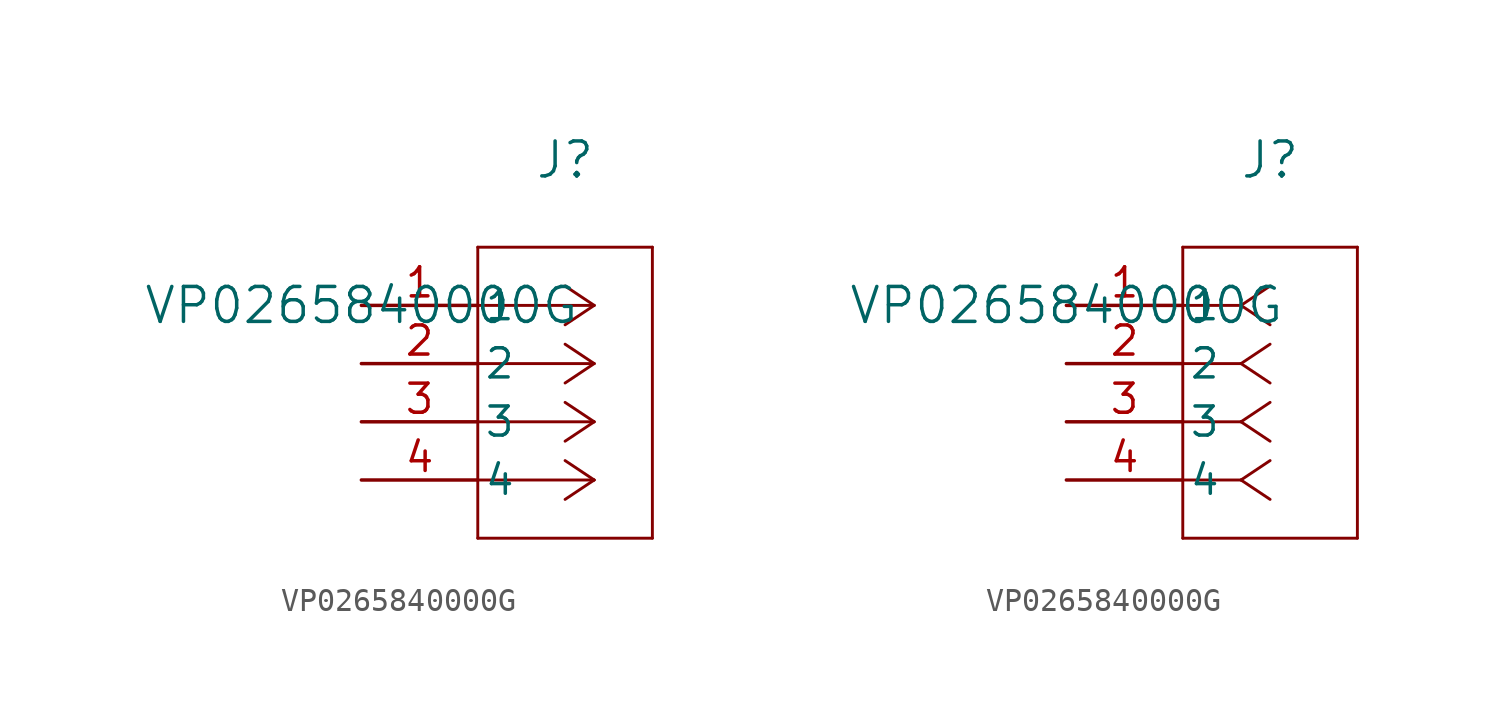
<source format=kicad_sym>
(kicad_symbol_lib
  (version 20211014)
  (generator kicad_symbol_editor)
  (symbol "VP0265840000G"
    (pin_names
      (offset 0.254))
    (property "Reference" "J"
      (at 8.89 6.35 0)
      (effects (font (size 1.524 1.524))))
    (property "Value" "VP0265840000G"
      (at 0 0 0)
      (effects (font (size 1.524 1.524))))
    (symbol "VP0265840000G_1_1"
      (polyline (pts (xy 10.16 0) (xy 5.08 0)) (stroke (width 0.127) (type default) (color 0 0 0 0)) (fill (type none)))
      (polyline (pts (xy 10.16 -2.54) (xy 5.08 -2.54)) (stroke (width 0.127) (type default) (color 0 0 0 0)) (fill (type none)))
      (polyline (pts (xy 10.16 -5.08) (xy 5.08 -5.08)) (stroke (width 0.127) (type default) (color 0 0 0 0)) (fill (type none)))
      (polyline (pts (xy 10.16 -7.62) (xy 5.08 -7.62)) (stroke (width 0.127) (type default) (color 0 0 0 0)) (fill (type none)))
      (polyline (pts (xy 10.16 0) (xy 8.89 0.847)) (stroke (width 0.127) (type default) (color 0 0 0 0)) (fill (type none)))
      (polyline (pts (xy 10.16 -2.54) (xy 8.89 -1.693)) (stroke (width 0.127) (type default) (color 0 0 0 0)) (fill (type none)))
      (polyline (pts (xy 10.16 -5.08) (xy 8.89 -4.233)) (stroke (width 0.127) (type default) (color 0 0 0 0)) (fill (type none)))
      (polyline (pts (xy 10.16 -7.62) (xy 8.89 -6.773)) (stroke (width 0.127) (type default) (color 0 0 0 0)) (fill (type none)))
      (polyline (pts (xy 10.16 0) (xy 8.89 -0.847)) (stroke (width 0.127) (type default) (color 0 0 0 0)) (fill (type none)))
      (polyline (pts (xy 10.16 -2.54) (xy 8.89 -3.387)) (stroke (width 0.127) (type default) (color 0 0 0 0)) (fill (type none)))
      (polyline (pts (xy 10.16 -5.08) (xy 8.89 -5.927)) (stroke (width 0.127) (type default) (color 0 0 0 0)) (fill (type none)))
      (polyline (pts (xy 10.16 -7.62) (xy 8.89 -8.467)) (stroke (width 0.127) (type default) (color 0 0 0 0)) (fill (type none)))
      (polyline (pts (xy 5.08 2.54) (xy 5.08 -10.16)) (stroke (width 0.127) (type default) (color 0 0 0 0)) (fill (type none)))
      (polyline (pts (xy 5.08 -10.16) (xy 12.7 -10.16)) (stroke (width 0.127) (type default) (color 0 0 0 0)) (fill (type none)))
      (polyline (pts (xy 12.7 -10.16) (xy 12.7 2.54)) (stroke (width 0.127) (type default) (color 0 0 0 0)) (fill (type none)))
      (polyline (pts (xy 12.7 2.54) (xy 5.08 2.54)) (stroke (width 0.127) (type default) (color 0 0 0 0)) (fill (type none)))
      (pin unspecified line (at 0 0 0) (length 5.08) (name "1" (effects (font (size 1.27 1.27)))) (number "1" (effects (font (size 1.27 1.27)))))
      (pin unspecified line (at 0 -2.54 0) (length 5.08) (name "2" (effects (font (size 1.27 1.27)))) (number "2" (effects (font (size 1.27 1.27)))))
      (pin unspecified line (at 0 -5.08 0) (length 5.08) (name "3" (effects (font (size 1.27 1.27)))) (number "3" (effects (font (size 1.27 1.27)))))
      (pin unspecified line (at 0 -7.62 0) (length 5.08) (name "4" (effects (font (size 1.27 1.27)))) (number "4" (effects (font (size 1.27 1.27))))))
    (symbol "VP0265840000G_1_2"
      (polyline (pts (xy 7.62 0) (xy 5.08 0)) (stroke (width 0.127) (type default) (color 0 0 0 0)) (fill (type none)))
      (polyline (pts (xy 7.62 -2.54) (xy 5.08 -2.54)) (stroke (width 0.127) (type default) (color 0 0 0 0)) (fill (type none)))
      (polyline (pts (xy 7.62 -5.08) (xy 5.08 -5.08)) (stroke (width 0.127) (type default) (color 0 0 0 0)) (fill (type none)))
      (polyline (pts (xy 7.62 -7.62) (xy 5.08 -7.62)) (stroke (width 0.127) (type default) (color 0 0 0 0)) (fill (type none)))
      (polyline (pts (xy 7.62 0) (xy 8.89 0.847)) (stroke (width 0.127) (type default) (color 0 0 0 0)) (fill (type none)))
      (polyline (pts (xy 7.62 -2.54) (xy 8.89 -1.693)) (stroke (width 0.127) (type default) (color 0 0 0 0)) (fill (type none)))
      (polyline (pts (xy 7.62 -5.08) (xy 8.89 -4.233)) (stroke (width 0.127) (type default) (color 0 0 0 0)) (fill (type none)))
      (polyline (pts (xy 7.62 -7.62) (xy 8.89 -6.773)) (stroke (width 0.127) (type default) (color 0 0 0 0)) (fill (type none)))
      (polyline (pts (xy 7.62 0) (xy 8.89 -0.847)) (stroke (width 0.127) (type default) (color 0 0 0 0)) (fill (type none)))
      (polyline (pts (xy 7.62 -2.54) (xy 8.89 -3.387)) (stroke (width 0.127) (type default) (color 0 0 0 0)) (fill (type none)))
      (polyline (pts (xy 7.62 -5.08) (xy 8.89 -5.927)) (stroke (width 0.127) (type default) (color 0 0 0 0)) (fill (type none)))
      (polyline (pts (xy 7.62 -7.62) (xy 8.89 -8.467)) (stroke (width 0.127) (type default) (color 0 0 0 0)) (fill (type none)))
      (polyline (pts (xy 5.08 2.54) (xy 5.08 -10.16)) (stroke (width 0.127) (type default) (color 0 0 0 0)) (fill (type none)))
      (polyline (pts (xy 5.08 -10.16) (xy 12.7 -10.16)) (stroke (width 0.127) (type default) (color 0 0 0 0)) (fill (type none)))
      (polyline (pts (xy 12.7 -10.16) (xy 12.7 2.54)) (stroke (width 0.127) (type default) (color 0 0 0 0)) (fill (type none)))
      (polyline (pts (xy 12.7 2.54) (xy 5.08 2.54)) (stroke (width 0.127) (type default) (color 0 0 0 0)) (fill (type none)))
      (pin unspecified line (at 0 0 0) (length 5.08) (name "1" (effects (font (size 1.27 1.27)))) (number "1" (effects (font (size 1.27 1.27)))))
      (pin unspecified line (at 0 -2.54 0) (length 5.08) (name "2" (effects (font (size 1.27 1.27)))) (number "2" (effects (font (size 1.27 1.27)))))
      (pin unspecified line (at 0 -5.08 0) (length 5.08) (name "3" (effects (font (size 1.27 1.27)))) (number "3" (effects (font (size 1.27 1.27)))))
      (pin unspecified line (at 0 -7.62 0) (length 5.08) (name "4" (effects (font (size 1.27 1.27)))) (number "4" (effects (font (size 1.27 1.27))))))))
</source>
